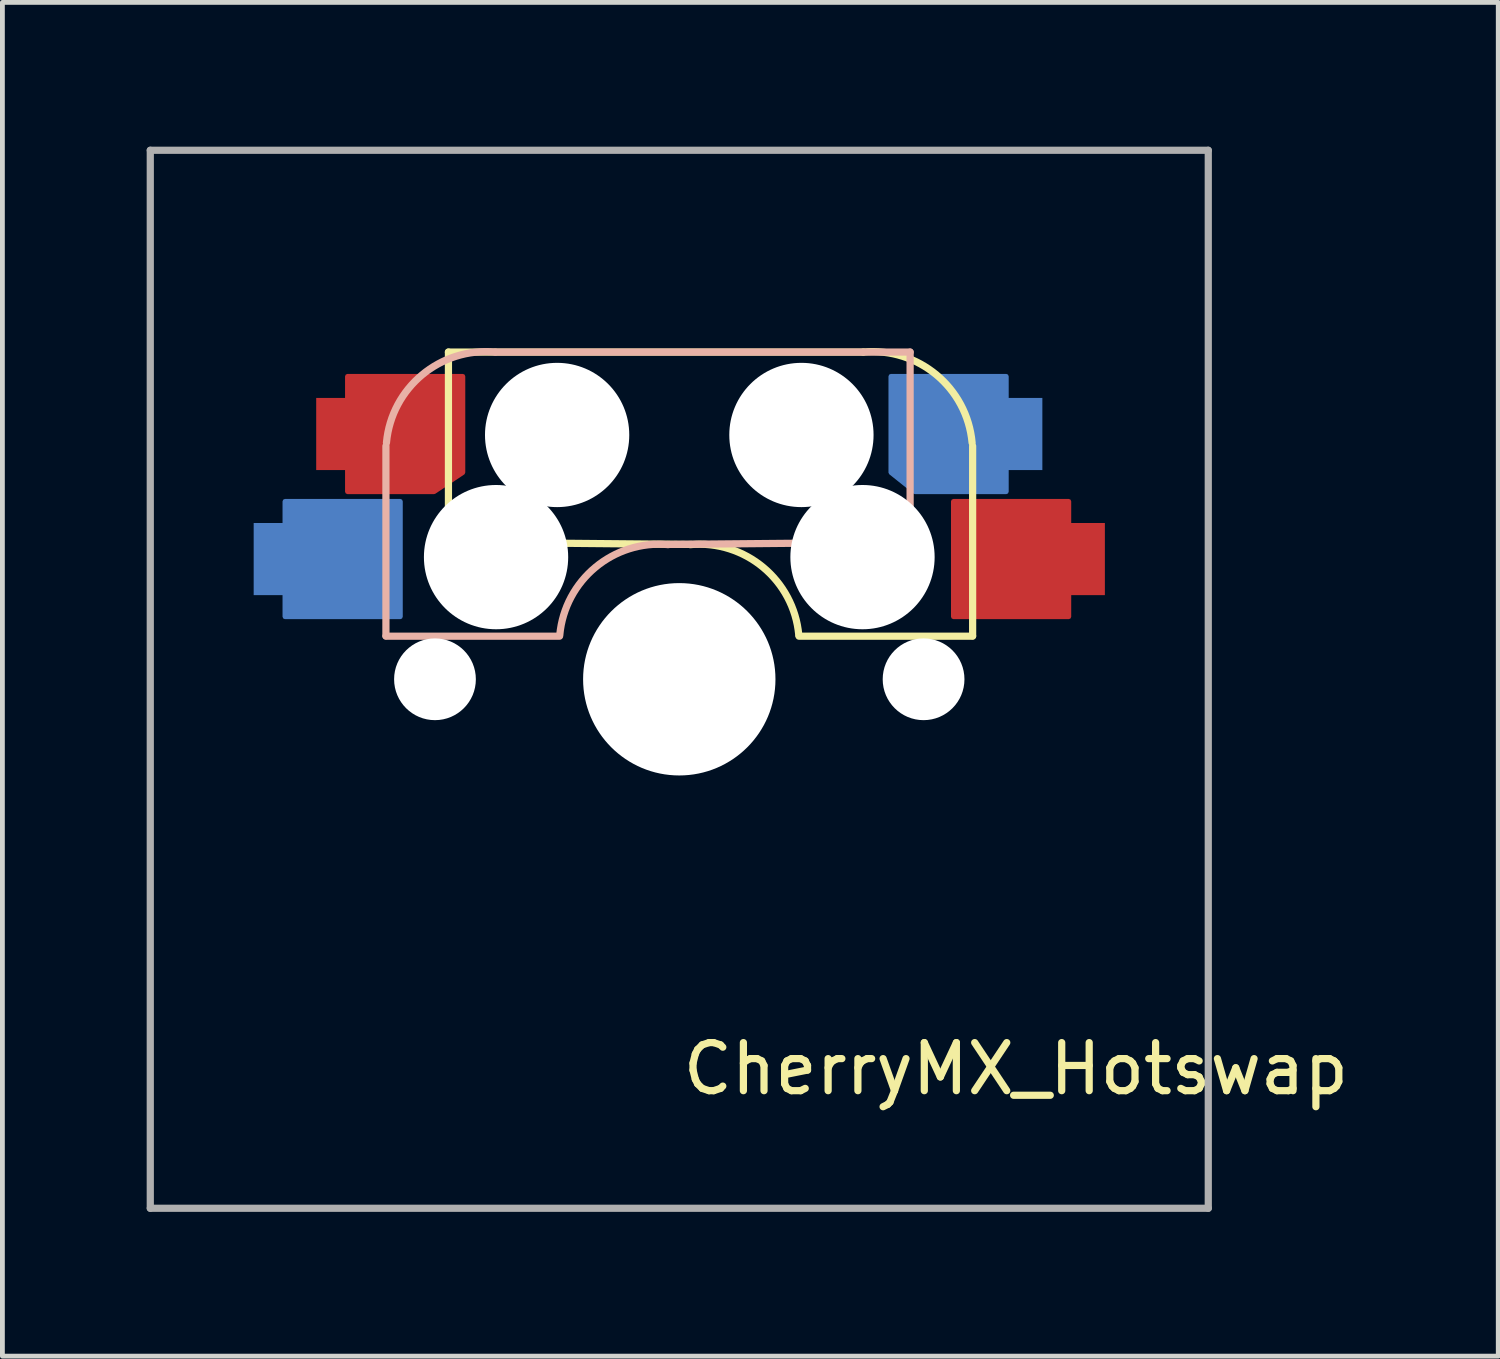
<source format=kicad_pcb>
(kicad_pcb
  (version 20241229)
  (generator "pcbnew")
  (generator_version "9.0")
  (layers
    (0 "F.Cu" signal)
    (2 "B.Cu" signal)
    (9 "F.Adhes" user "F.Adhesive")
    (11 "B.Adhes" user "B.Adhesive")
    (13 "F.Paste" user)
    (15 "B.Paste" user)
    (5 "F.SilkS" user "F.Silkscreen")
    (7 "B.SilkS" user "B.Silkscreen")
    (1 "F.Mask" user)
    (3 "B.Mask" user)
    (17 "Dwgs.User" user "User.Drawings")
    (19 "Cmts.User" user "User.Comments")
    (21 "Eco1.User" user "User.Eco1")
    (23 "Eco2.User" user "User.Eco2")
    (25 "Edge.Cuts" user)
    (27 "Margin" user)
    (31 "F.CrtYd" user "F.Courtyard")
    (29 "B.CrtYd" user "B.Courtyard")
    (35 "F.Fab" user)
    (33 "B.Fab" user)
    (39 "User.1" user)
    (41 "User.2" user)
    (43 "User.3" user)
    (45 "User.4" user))
  (footprint "CherryMX_Hotswap"
    (layer "F.Cu")
    (at 11.075 11.075)
    (property "Reference" "CherryMX_Hotswap" (at 7 8.1 0) (layer "F.SilkS") (effects (font (size 1 1) (thickness 0.15))))
    (attr through_hole)
    (fp_line (start -4.8 -6.804) (end 3.825 -6.804) (stroke (width 0.15) (type solid)) (layer "F.SilkS"))
    (fp_line (start -4.8 -2.896) (end -4.8 -6.804) (stroke (width 0.15) (type solid)) (layer "F.SilkS"))
    (fp_line (start -4.8 -2.85) (end 0.25 -2.804) (stroke (width 0.15) (type solid)) (layer "F.SilkS"))
    (fp_line (start 6.1 -4.85) (end 6.1 -0.905) (stroke (width 0.15) (type solid)) (layer "F.SilkS"))
    (fp_line (start 6.1 -0.896) (end 2.49 -0.896) (stroke (width 0.15) (type solid)) (layer "F.SilkS"))
    (fp_arc (start 0.225 -2.8) (mid 1.744361 -2.328062) (end 2.485001 -0.920001) (stroke (width 0.15) (type solid)) (layer "F.SilkS"))
    (fp_arc (start 3.825 -6.804) (mid 5.347189 -6.33089) (end 6.089 -4.92) (stroke (width 0.15) (type solid)) (layer "F.SilkS"))
    (fp_line (start -6.1 -4.85) (end -6.1 -0.905) (stroke (width 0.15) (type solid)) (layer "B.SilkS"))
    (fp_line (start -6.1 -0.896) (end -2.49 -0.896) (stroke (width 0.15) (type solid)) (layer "B.SilkS"))
    (fp_line (start 4.8 -6.804) (end -3.825 -6.804) (stroke (width 0.15) (type solid)) (layer "B.SilkS"))
    (fp_line (start 4.8 -2.896) (end 4.8 -6.804) (stroke (width 0.15) (type solid)) (layer "B.SilkS"))
    (fp_line (start 4.8 -2.85) (end -0.25 -2.804) (stroke (width 0.15) (type solid)) (layer "B.SilkS"))
    (fp_arc (start -6.089 -4.92) (mid -5.347189 -6.33089) (end -3.825 -6.804) (stroke (width 0.15) (type solid)) (layer "B.SilkS"))
    (fp_arc (start -2.484999 -0.920001) (mid -1.74436 -2.328062) (end -0.225 -2.8) (stroke (width 0.15) (type solid)) (layer "B.SilkS"))
    (fp_line (start -9 -9) (end 9 -9) (stroke (width 0.15) (type solid)) (layer "Eco1.User"))
    (fp_line (start -9 9) (end -9 -9) (stroke (width 0.15) (type solid)) (layer "Eco1.User"))
    (fp_line (start 9 -9) (end 9 9) (stroke (width 0.15) (type solid)) (layer "Eco1.User"))
    (fp_line (start 9 9) (end -9 9) (stroke (width 0.15) (type solid)) (layer "Eco1.User"))
    (fp_line (start -7 -7) (end 7 -7) (stroke (width 0.15) (type solid)) (layer "Eco2.User"))
    (fp_line (start -7 7) (end -7 -7) (stroke (width 0.15) (type solid)) (layer "Eco2.User"))
    (fp_line (start 7 -7) (end 7 7) (stroke (width 0.15) (type solid)) (layer "Eco2.User"))
    (fp_line (start 7 7) (end -7 7) (stroke (width 0.15) (type solid)) (layer "Eco2.User"))
    (fp_line (start -11 -11) (end -11 11) (stroke (width 0.15) (type solid)) (layer "F.Fab"))
    (fp_line (start -11 11) (end 11 11) (stroke (width 0.15) (type solid)) (layer "F.Fab"))
    (fp_line (start 11 -11) (end -11 -11) (stroke (width 0.15) (type solid)) (layer "F.Fab"))
    (fp_line (start 11 11) (end 11 -11) (stroke (width 0.15) (type solid)) (layer "F.Fab"))
    (pad "" np_thru_hole circle (at -5.08 0) (size 1.7 1.7) (drill 1.7) (layers "*.Cu" "*.Mask"))
    (pad "" np_thru_hole circle (at -3.81 -2.54 180) (size 3 3) (drill 3) (layers "*.Cu" "*.Mask"))
    (pad "" np_thru_hole circle (at -2.54 -5.08 180) (size 3 3) (drill 3) (layers "*.Cu" "*.Mask"))
    (pad "" np_thru_hole circle (at 0 0 90) (size 4 4) (drill 4) (layers "*.Cu" "*.Mask"))
    (pad "" np_thru_hole circle (at 2.54 -5.08 180) (size 3 3) (drill 3) (layers "*.Cu" "*.Mask"))
    (pad "" np_thru_hole circle (at 3.81 -2.54 180) (size 3 3) (drill 3) (layers "*.Cu" "*.Mask"))
    (pad "" np_thru_hole circle (at 5.08 0) (size 1.7 1.7) (drill 1.7) (layers "*.Cu" "*.Mask"))
    (pad "1" smd custom (at -8.5 -2.5) (size 0.7 1.5) (layers "B.Cu" "B.Mask" "B.Paste") (options (anchor rect)) (primitives (gr_poly (pts (xy 0.3 -1.2) (xy 2.7 -1.2) (xy 2.7 1.2) (xy 0.3 1.2)) (width 0.1) (fill yes))))
    (pad "1" smd custom (at -7.2 -5.1) (size 0.7 1.5) (layers "F.Cu" "F.Mask" "F.Paste") (options (anchor rect)) (primitives (gr_poly (pts (xy 0.3 -1.2) (xy 0.3 1.2) (xy 2.1 1.2) (xy 2.7 0.8) (xy 2.7 -1.2)) (width 0.1) (fill yes))))
    (pad "2" smd custom (at 7.2 -5.1) (size 0.7 1.5) (layers "B.Cu" "B.Mask" "B.Paste") (options (anchor rect)) (primitives (gr_poly (pts (xy -0.4 -1.2) (xy -2.8 -1.2) (xy -2.8 0.8) (xy -2.3 1.2) (xy -0.4 1.2)) (width 0.1) (fill yes))))
    (pad "2" smd custom (at 8.5 -2.5) (size 0.7 1.5) (layers "F.Cu" "F.Mask" "F.Paste") (options (anchor rect)) (primitives (gr_poly (pts (xy -2.8 -1.2) (xy -0.4 -1.2) (xy -0.4 1.2) (xy -2.8 1.2)) (width 0.1) (fill yes)))))
  (gr_rect
    (start -3 -3)
    (end 28.105 25.15)
    (stroke (width 0.1) (type default))
    (fill no)
    (layer "Edge.Cuts")))
</source>
